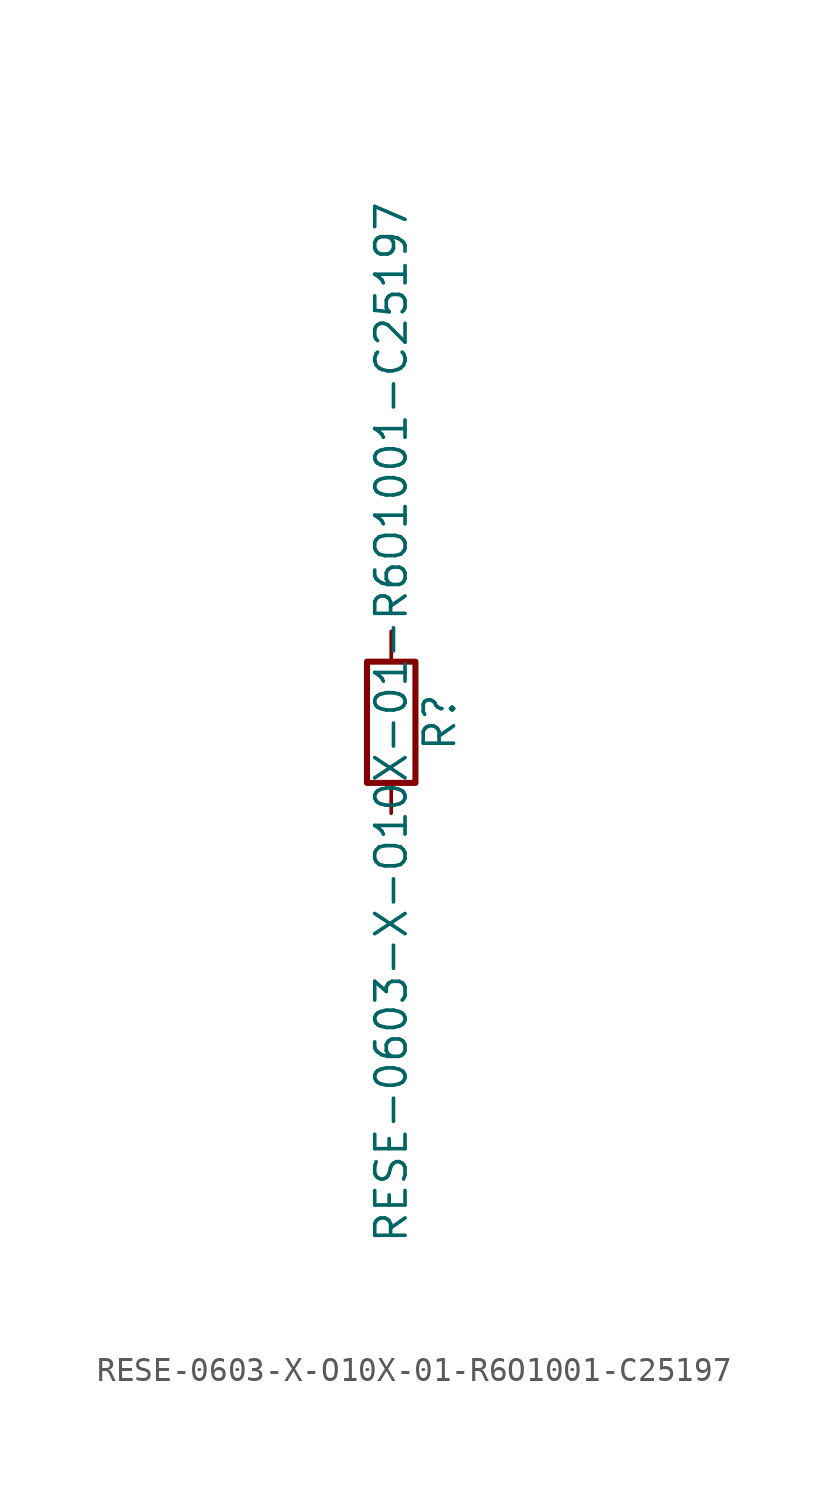
<source format=kicad_sym>
(kicad_symbol_lib
  (version 20211014)
  (generator kicad_symbol_editor)
  (symbol "RESE-0603-X-O10X-01-R6O1001-C25197"
    (pin_numbers hide)
    (pin_names
      (offset 0))
    (property "Reference" "R"
      (at 2.032 0 90)
      (effects (font (size 1.27 1.27))))
    (property "Value" "RESE-0603-X-O10X-01-R6O1001-C25197"
      (at 0 0 90)
      (effects (font (size 1.27 1.27))))
    (symbol "RESE-0603-X-O10X-01-R6O1001-C25197_0_1"
      (rectangle (start -1.016 -2.54) (end 1.016 2.54) (stroke (width 0.254) (type default) (color 0 0 0 0)) (fill (type none))))
    (symbol "RESE-0603-X-O10X-01-R6O1001-C25197_1_1"
      (pin passive line (at 0 3.81 270) (length 1.27) (name "~" (effects (font (size 1.27 1.27)))) (number "1" (effects (font (size 1.27 1.27)))))
      (pin passive line (at 0 -3.81 90) (length 1.27) (name "~" (effects (font (size 1.27 1.27)))) (number "2" (effects (font (size 1.27 1.27))))))))
</source>
